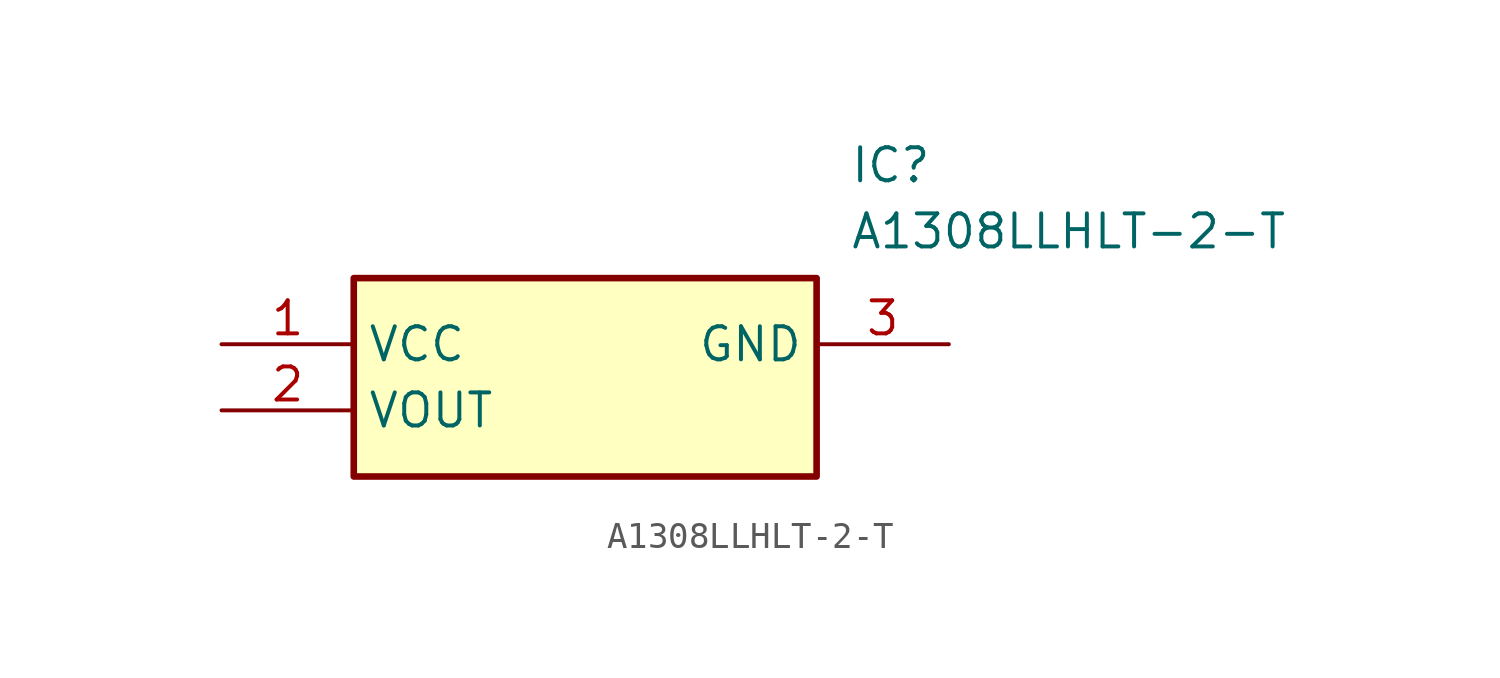
<source format=kicad_sym>
(kicad_symbol_lib
  (version 20211014)
  (generator SamacSys_ECAD_Model)
  (symbol "A1308LLHLT-2-T"
    (property "Reference" "IC"
      (at 24.13 7.62 0)
      (effects (font (size 1.27 1.27)) (justify left top)))
    (property "Value" "A1308LLHLT-2-T"
      (at 24.13 5.08 0)
      (effects (font (size 1.27 1.27)) (justify left top)))
    (rectangle
      (start 5.08 2.54)
      (end 22.86 -5.08)
      (stroke (width 0.254) (type default))
      (fill (type background)))
    (pin passive line
      (at 0 0 0)
      (length 5.08)
      (name "VCC" (effects (font (size 1.27 1.27))))
      (number "1" (effects (font (size 1.27 1.27)))))
    (pin passive line
      (at 0 -2.54 0)
      (length 5.08)
      (name "VOUT" (effects (font (size 1.27 1.27))))
      (number "2" (effects (font (size 1.27 1.27)))))
    (pin passive line
      (at 27.94 0 180)
      (length 5.08)
      (name "GND" (effects (font (size 1.27 1.27))))
      (number "3" (effects (font (size 1.27 1.27)))))))
</source>
